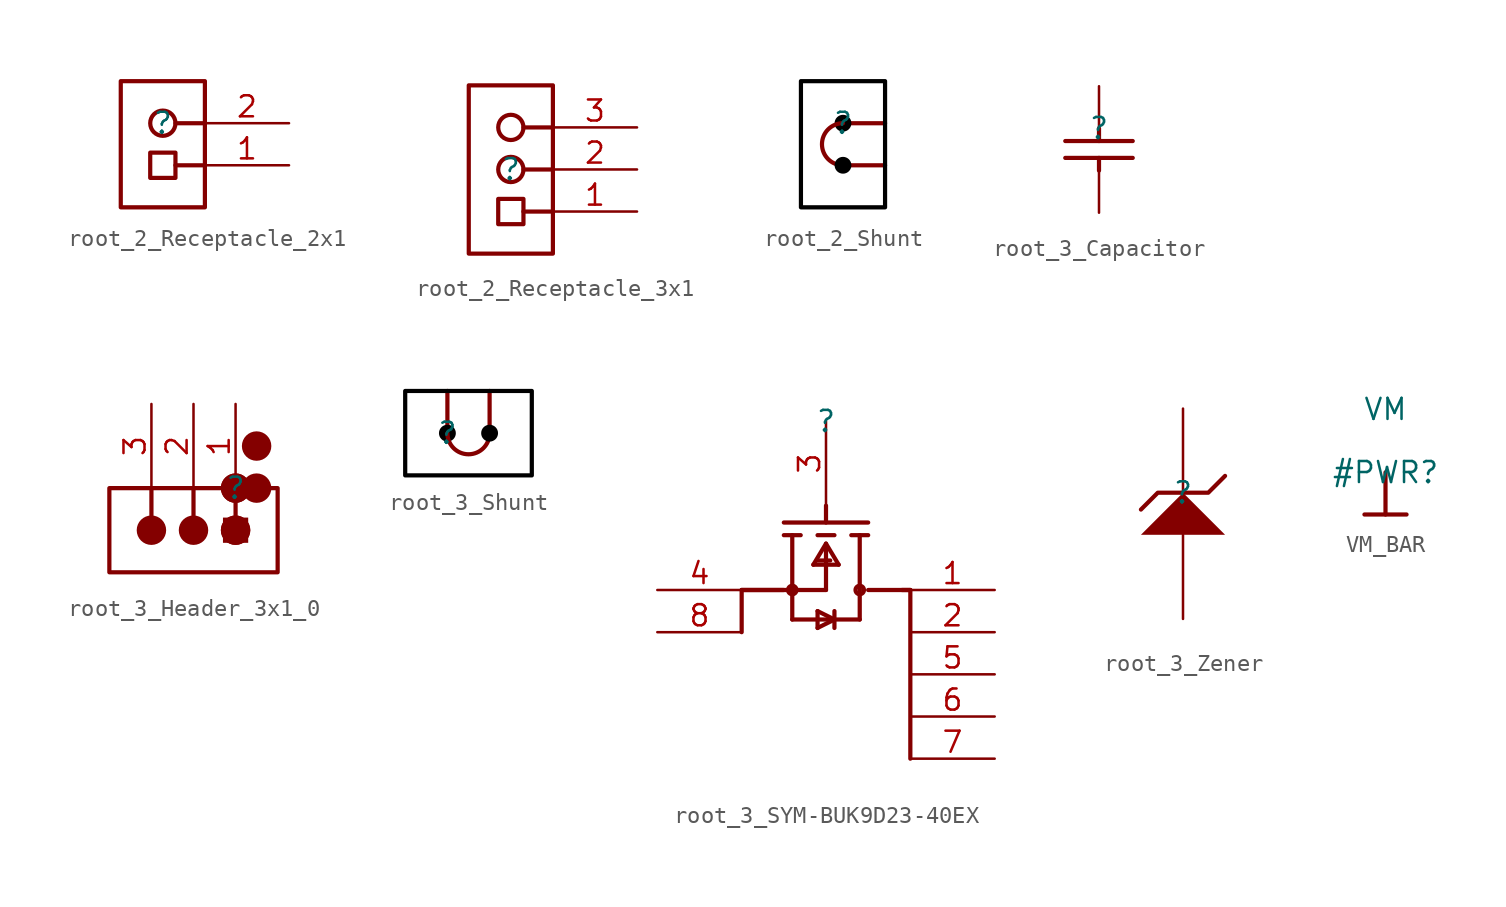
<source format=kicad_sym>
(kicad_symbol_lib
  (version 20231120)
  (generator "kicad_symbol_editor")
  (generator_version "8.0")
  (symbol "root_2_Receptacle_2x1"
    (property "Reference" ""
      (at 0 0 0)
      (effects (font (size 1.27 1.27))))
    (property "Value" ""
      (at 0 0 0)
      (effects (font (size 1.27 1.27))))
    (symbol "root_2_Receptacle_2x1_1_0"
      (polyline (pts (xy 2.54 -2.54) (xy 0.762 -2.54)) (stroke (width 0.254) (type solid)) (fill (type none)))
      (polyline (pts (xy 2.54 0) (xy 0.762 0)) (stroke (width 0.254) (type solid)) (fill (type none)))
      (circle (center 0 0) (radius 0.762) (stroke (width 0.254) (type solid)) (fill (type color) (color 255 255 255 1)))
      (rectangle (start 0.762 -1.778) (end -0.762 -3.302) (stroke (width 0.254) (type solid)) (fill (type color) (color 255 255 255 1)))
      (rectangle (start 2.54 2.54) (end -2.54 -5.08) (stroke (width 0.254) (type solid)) (fill (type color) (color 255 255 255 1)))
      (pin passive line (at 7.62 -2.54 180) (length 5.08) (name "1" (effects (font (size 0 0)))) (number "1" (effects (font (size 1.27 1.27)))))
      (pin passive line (at 7.62 0 180) (length 5.08) (name "2" (effects (font (size 0 0)))) (number "2" (effects (font (size 1.27 1.27)))))))
  (symbol "root_2_Receptacle_3x1"
    (property "Reference" ""
      (at 0 0 0)
      (effects (font (size 1.27 1.27))))
    (property "Value" ""
      (at 0 0 0)
      (effects (font (size 1.27 1.27))))
    (symbol "root_2_Receptacle_3x1_1_0"
      (polyline (pts (xy 2.54 -2.54) (xy 0.762 -2.54)) (stroke (width 0.254) (type solid)) (fill (type none)))
      (polyline (pts (xy 2.54 0) (xy 0.762 0)) (stroke (width 0.254) (type solid)) (fill (type none)))
      (polyline (pts (xy 2.54 2.54) (xy 0.762 2.54)) (stroke (width 0.254) (type solid)) (fill (type none)))
      (circle (center 0 0) (radius 0.762) (stroke (width 0.254) (type solid)) (fill (type color) (color 255 255 255 1)))
      (circle (center 0 2.54) (radius 0.762) (stroke (width 0.254) (type solid)) (fill (type color) (color 255 255 255 1)))
      (rectangle (start 0.762 -1.778) (end -0.762 -3.302) (stroke (width 0.254) (type solid)) (fill (type color) (color 255 255 255 1)))
      (rectangle (start 2.54 5.08) (end -2.54 -5.08) (stroke (width 0.254) (type solid)) (fill (type color) (color 255 255 255 1)))
      (pin passive line (at 7.62 -2.54 180) (length 5.08) (name "1" (effects (font (size 0 0)))) (number "1" (effects (font (size 1.27 1.27)))))
      (pin passive line (at 7.62 0 180) (length 5.08) (name "2" (effects (font (size 0 0)))) (number "2" (effects (font (size 1.27 1.27)))))
      (pin passive line (at 7.62 2.54 180) (length 5.08) (name "3" (effects (font (size 0 0)))) (number "3" (effects (font (size 1.27 1.27)))))))
  (symbol "root_2_Shunt"
    (property "Reference" ""
      (at 0 0 0)
      (effects (font (size 1.27 1.27))))
    (property "Value" ""
      (at 0 0 0)
      (effects (font (size 1.27 1.27))))
    (symbol "root_2_Shunt_1_0"
      (circle (center 0 -2.54) (radius 0.508) (stroke (width -0.0001) (type solid) (color 0 0 0 1)) (fill (type outline)))
      (arc (start 0 0) (mid -1.27 -1.27) (end 0 -2.54) (stroke (width 0.254) (type solid)) (fill (type none)))
      (polyline (pts (xy 0 -2.54) (xy 2.54 -2.54)) (stroke (width 0.254) (type solid)) (fill (type none)))
      (polyline (pts (xy 0 0) (xy 2.54 0)) (stroke (width 0.254) (type solid)) (fill (type none)))
      (circle (center 0 0) (radius 0.508) (stroke (width -0.0001) (type solid) (color 0 0 0 1)) (fill (type outline)))
      (rectangle (start 2.54 2.54) (end -2.54 -5.08) (stroke (width 0.254) (type solid) (color 0 0 0 1)) (fill (type color) (color 255 255 255 1)))))
  (symbol "root_3_Capacitor"
    (property "Reference" ""
      (at 0 0 0)
      (effects (font (size 1.27 1.27))))
    (property "Value" ""
      (at 0 0 0)
      (effects (font (size 1.27 1.27))))
    (symbol "root_3_Capacitor_1_0"
      (polyline (pts (xy 0 -2.54) (xy 0 -1.778)) (stroke (width 0.254) (type solid)) (fill (type none)))
      (polyline (pts (xy 0 0) (xy 0 -0.762)) (stroke (width 0.254) (type solid)) (fill (type none)))
      (polyline (pts (xy 2.032 -1.778) (xy -2.032 -1.778)) (stroke (width 0.254) (type solid)) (fill (type none)))
      (polyline (pts (xy 2.032 -0.762) (xy -2.032 -0.762)) (stroke (width 0.254) (type solid)) (fill (type none)))
      (pin passive line (at 0 -5.08 90) (length 2.54) (name "1" (effects (font (size 0 0)))) (number "1" (effects (font (size 0 0)))))
      (pin passive line (at 0 2.54 270) (length 2.54) (name "2" (effects (font (size 0 0)))) (number "2" (effects (font (size 0 0)))))))
  (symbol "root_3_Header_3x1_0"
    (property "Reference" ""
      (at 0 0 0)
      (effects (font (size 1.27 1.27))))
    (property "Value" ""
      (at 0 0 0)
      (effects (font (size 1.27 1.27))))
    (symbol "root_3_Header_3x1_0_1_0"
      (circle (center -5.08 -2.54) (radius 0.762) (stroke (width 0.254) (type solid)) (fill (type outline)))
      (circle (center -2.54 -2.54) (radius 0.762) (stroke (width 0.254) (type solid)) (fill (type outline)))
      (circle (center 0 -2.54) (radius 0.762) (stroke (width 0.254) (type solid)) (fill (type outline)))
      (circle (center 0 -2.54) (radius 0.762) (stroke (width 0.254) (type solid)) (fill (type outline)))
      (polyline (pts (xy -5.08 0) (xy -5.08 -1.778)) (stroke (width 0.254) (type solid)) (fill (type none)))
      (polyline (pts (xy -2.54 0) (xy -2.54 -1.778)) (stroke (width 0.254) (type solid)) (fill (type none)))
      (polyline (pts (xy 0 0) (xy 0 -1.778)) (stroke (width 0.254) (type solid)) (fill (type none)))
      (circle (center 0 0) (radius 0.762) (stroke (width 0.254) (type solid)) (fill (type outline)))
      (circle (center 0 0) (radius 0.762) (stroke (width 0.254) (type solid)) (fill (type outline)))
      (rectangle (start 0.762 -1.778) (end -0.762 -3.302) (stroke (width -0.0001) (type solid)) (fill (type outline)))
      (circle (center 1.27 0) (radius 0.762) (stroke (width 0.254) (type solid)) (fill (type outline)))
      (circle (center 1.27 2.54) (radius 0.762) (stroke (width 0.254) (type solid)) (fill (type outline)))
      (rectangle (start 2.54 0) (end -7.62 -5.08) (stroke (width 0.254) (type solid)) (fill (type color) (color 255 255 255 1)))
      (pin passive line (at 0 5.08 270) (length 5.08) (name "1" (effects (font (size 0 0)))) (number "1" (effects (font (size 1.27 1.27)))))
      (pin passive line (at -2.54 5.08 270) (length 5.08) (name "2" (effects (font (size 0 0)))) (number "2" (effects (font (size 1.27 1.27)))))
      (pin passive line (at -5.08 5.08 270) (length 5.08) (name "3" (effects (font (size 0 0)))) (number "3" (effects (font (size 1.27 1.27)))))))
  (symbol "root_3_Shunt"
    (property "Reference" ""
      (at 0 0 0)
      (effects (font (size 1.27 1.27))))
    (property "Value" ""
      (at 0 0 0)
      (effects (font (size 1.27 1.27))))
    (symbol "root_3_Shunt_1_0"
      (polyline (pts (xy 0 0) (xy 0 2.54)) (stroke (width 0.254) (type solid)) (fill (type none)))
      (polyline (pts (xy 2.54 0) (xy 2.54 2.54)) (stroke (width 0.254) (type solid)) (fill (type none)))
      (circle (center 0 0) (radius 0.508) (stroke (width -0.0001) (type solid) (color 0 0 0 1)) (fill (type outline)))
      (arc (start 0 0) (mid 1.27 -1.27) (end 2.54 0) (stroke (width 0.254) (type solid)) (fill (type none)))
      (circle (center 2.54 0) (radius 0.508) (stroke (width -0.0001) (type solid) (color 0 0 0 1)) (fill (type outline)))
      (rectangle (start 5.08 2.54) (end -2.54 -2.54) (stroke (width 0.254) (type solid) (color 0 0 0 1)) (fill (type color) (color 255 255 255 1)))))
  (symbol "root_3_SYM-BUK9D23-40EX"
    (property "Reference" ""
      (at 0 0 0)
      (effects (font (size 1.27 1.27))))
    (property "Value" ""
      (at 0 0 0)
      (effects (font (size 1.27 1.27))))
    (symbol "root_3_SYM-BUK9D23-40EX_1_0"
      (circle (center -2.032 -10.16) (radius 0.254) (stroke (width 0.254) (type solid)) (fill (type none)))
      (polyline (pts (xy -5.08 -12.7) (xy -5.08 -10.16)) (stroke (width 0.254) (type solid)) (fill (type none)))
      (polyline (pts (xy -5.08 -10.16) (xy 0 -10.16)) (stroke (width 0.254) (type solid)) (fill (type none)))
      (polyline (pts (xy -2.54 -10.16) (xy -5.08 -10.16)) (stroke (width 0.254) (type solid)) (fill (type none)))
      (polyline (pts (xy -2.54 -6.096) (xy 2.54 -6.096)) (stroke (width 0.254) (type solid)) (fill (type none)))
      (polyline (pts (xy -2.032 -11.938) (xy 2.032 -11.938)) (stroke (width 0.254) (type solid)) (fill (type none)))
      (polyline (pts (xy -2.032 -10.16) (xy -2.032 -11.938)) (stroke (width 0.254) (type solid)) (fill (type none)))
      (polyline (pts (xy -2.032 -6.858) (xy -2.032 -10.16)) (stroke (width 0.254) (type solid)) (fill (type none)))
      (polyline (pts (xy -1.524 -6.858) (xy -2.54 -6.858)) (stroke (width 0.254) (type solid)) (fill (type none)))
      (polyline (pts (xy -0.508 -12.446) (xy 0.508 -11.938)) (stroke (width 0.254) (type solid)) (fill (type none)))
      (polyline (pts (xy -0.508 -11.43) (xy -0.508 -12.446)) (stroke (width 0.254) (type solid)) (fill (type none)))
      (polyline (pts (xy 0 -7.62) (xy 0 -10.16)) (stroke (width 0.254) (type solid)) (fill (type none)))
      (polyline (pts (xy 0 -7.366) (xy -0.762 -8.636)) (stroke (width 0.254) (type solid)) (fill (type none)))
      (polyline (pts (xy 0 -7.366) (xy 0.762 -8.636)) (stroke (width 0.254) (type solid)) (fill (type none)))
      (polyline (pts (xy 0 -6.096) (xy 0 -5.08)) (stroke (width 0.254) (type solid)) (fill (type none)))
      (polyline (pts (xy 0.254 -8.382) (xy -0.508 -8.382)) (stroke (width 0.254) (type solid)) (fill (type none)))
      (polyline (pts (xy 0.508 -11.938) (xy -0.508 -11.43)) (stroke (width 0.254) (type solid)) (fill (type none)))
      (polyline (pts (xy 0.508 -11.938) (xy 0.508 -12.446)) (stroke (width 0.254) (type solid)) (fill (type none)))
      (polyline (pts (xy 0.508 -11.938) (xy 0.508 -11.43)) (stroke (width 0.254) (type solid)) (fill (type none)))
      (polyline (pts (xy 0.508 -6.858) (xy -0.508 -6.858)) (stroke (width 0.254) (type solid)) (fill (type none)))
      (polyline (pts (xy 0.762 -8.636) (xy -0.762 -8.636)) (stroke (width 0.254) (type solid)) (fill (type none)))
      (polyline (pts (xy 1.524 -6.858) (xy 2.54 -6.858)) (stroke (width 0.254) (type solid)) (fill (type none)))
      (polyline (pts (xy 2.032 -11.938) (xy 2.032 -10.16)) (stroke (width 0.254) (type solid)) (fill (type none)))
      (polyline (pts (xy 2.032 -6.858) (xy 2.032 -10.16)) (stroke (width 0.254) (type solid)) (fill (type none)))
      (polyline (pts (xy 4.572 -10.16) (xy 5.08 -10.16)) (stroke (width 0.254) (type solid)) (fill (type none)))
      (polyline (pts (xy 5.08 -20.32) (xy 5.08 -10.16)) (stroke (width 0.254) (type solid)) (fill (type none)))
      (polyline (pts (xy 5.08 -10.16) (xy 2.54 -10.16)) (stroke (width 0.254) (type solid)) (fill (type none)))
      (circle (center 2.032 -10.16) (radius 0.254) (stroke (width 0.254) (type solid)) (fill (type none)))
      (pin passive line (at 10.16 -10.16 180) (length 5.08) (name "D" (effects (font (size 0 0)))) (number "1" (effects (font (size 1.27 1.27)))))
      (pin passive line (at 10.16 -12.7 180) (length 5.08) (name "D" (effects (font (size 0 0)))) (number "2" (effects (font (size 1.27 1.27)))))
      (pin passive line (at 0 0 270) (length 5.08) (name "G" (effects (font (size 0 0)))) (number "3" (effects (font (size 1.27 1.27)))))
      (pin passive line (at -10.16 -10.16 0) (length 5.08) (name "S" (effects (font (size 0 0)))) (number "4" (effects (font (size 1.27 1.27)))))
      (pin passive line (at 10.16 -15.24 180) (length 5.08) (name "D" (effects (font (size 0 0)))) (number "5" (effects (font (size 1.27 1.27)))))
      (pin passive line (at 10.16 -17.78 180) (length 5.08) (name "D" (effects (font (size 0 0)))) (number "6" (effects (font (size 1.27 1.27)))))
      (pin passive line (at 10.16 -20.32 180) (length 5.08) (name "D" (effects (font (size 0 0)))) (number "7" (effects (font (size 1.27 1.27)))))
      (pin passive line (at -10.16 -12.7 0) (length 5.08) (name "S" (effects (font (size 0 0)))) (number "8" (effects (font (size 1.27 1.27)))))))
  (symbol "root_3_Zener"
    (property "Reference" ""
      (at 0 0 0)
      (effects (font (size 1.27 1.27))))
    (property "Value" ""
      (at 0 0 0)
      (effects (font (size 1.27 1.27))))
    (symbol "root_3_Zener_1_0"
      (polyline (pts (xy 2.54 -2.54) (xy 0 0) (xy -2.54 -2.54) (xy 2.54 -2.54)) (stroke (width -0.0001) (type solid)) (fill (type outline)))
      (polyline (pts (xy 2.54 1.016) (xy 1.524 0) (xy -1.524 0) (xy -2.54 -1.016)) (stroke (width 0.254) (type solid)) (fill (type none)))
      (pin passive line (at 0 5.08 270) (length 5.08) (name "K" (effects (font (size 0 0)))) (number "1" (effects (font (size 0 0)))))
      (pin passive line (at 0 -7.62 90) (length 5.08) (name "A" (effects (font (size 0 0)))) (number "2" (effects (font (size 0 0)))))))
  (symbol "VM_BAR"
    (power)
    (property "Reference" "#PWR"
      (at 0 0 0)
      (effects (font (size 1.27 1.27))))
    (property "Value" "VM"
      (at 0 3.81 0)
      (effects (font (size 1.27 1.27))))
    (symbol "VM_BAR_0_0"
      (polyline (pts (xy -1.27 -2.54) (xy 1.27 -2.54)) (stroke (width 0.254) (type solid)) (fill (type none)))
      (polyline (pts (xy 0 0) (xy 0 -2.54)) (stroke (width 0.254) (type solid)) (fill (type none)))
      (pin power_in line (at 0 0 0) (length 0) hide (name "VM" (effects (font (size 1.27 1.27)))) (number "" (effects (font (size 1.27 1.27))))))))
</source>
